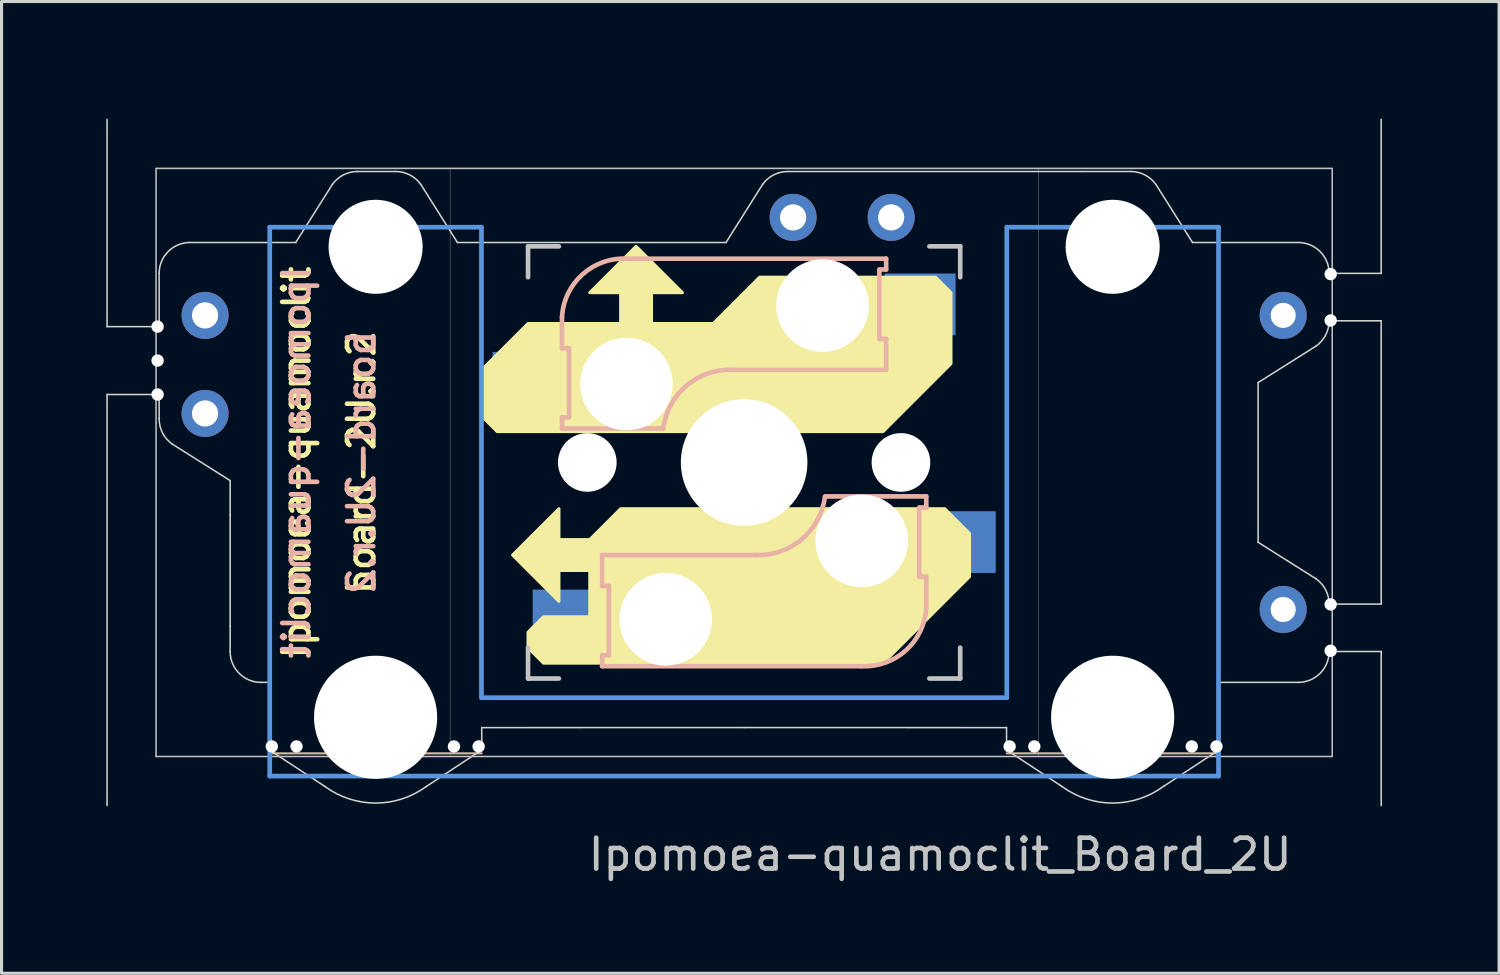
<source format=kicad_pcb>
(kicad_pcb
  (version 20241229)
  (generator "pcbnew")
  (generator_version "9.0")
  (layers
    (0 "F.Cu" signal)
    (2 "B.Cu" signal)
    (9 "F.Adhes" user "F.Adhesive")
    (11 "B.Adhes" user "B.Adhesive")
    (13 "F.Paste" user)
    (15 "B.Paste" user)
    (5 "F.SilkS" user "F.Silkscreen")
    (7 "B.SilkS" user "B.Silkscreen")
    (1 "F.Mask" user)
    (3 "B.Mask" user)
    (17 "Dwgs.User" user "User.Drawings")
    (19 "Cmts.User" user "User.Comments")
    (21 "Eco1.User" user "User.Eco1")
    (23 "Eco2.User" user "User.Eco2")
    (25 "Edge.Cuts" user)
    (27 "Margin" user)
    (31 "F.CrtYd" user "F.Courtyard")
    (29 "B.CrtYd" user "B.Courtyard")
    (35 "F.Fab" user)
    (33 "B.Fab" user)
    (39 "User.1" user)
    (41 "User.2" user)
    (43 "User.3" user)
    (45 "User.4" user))
  (footprint "Ipomoea-quamoclit_Board_2U"
    (layer "F.Cu")
    (at 21.055 11.93)
    (property "Reference" "Ipomoea-quamoclit_Board_2U" (at 6.35 12.7 0) (layer "Dwgs.User") (effects (font (size 1 1) (thickness 0.15))))
    (attr through_hole)
    (fp_line (start -8.5 9.425) (end -15.4 9.425) (stroke (width 0.05) (type solid)) (layer "F.SilkS"))
    (fp_line (start 8.5 9.425) (end 15.4 9.425) (stroke (width 0.05) (type solid)) (layer "F.SilkS"))
    (fp_poly (pts (xy -7.5 3) (xy -6 1.5) (xy -6 2.5) (xy -5 2.5) (xy -4 1.5) (xy 6.5 1.5) (xy 7.3 2.3) (xy 7.3 3.7) (xy 4.5 6.5) (xy -6.5 6.5) (xy -7 6) (xy -7 5.5) (xy -6.5 5) (xy -5 5) (xy -5 3.5) (xy -6 3.5) (xy -6 4.5)) (stroke (width 0.1) (type solid)) (fill yes) (layer "F.SilkS"))
    (fp_poly (pts (xy -3.5 -7) (xy -5 -5.5) (xy -4 -5.5) (xy -4 -4.5) (xy -7 -4.5) (xy -8.5 -3) (xy -8.5 -1.5) (xy -8 -1) (xy 4.5 -1) (xy 6.7 -3.2) (xy 6.7 -5.5) (xy 6.2 -6) (xy 0.5 -6) (xy -1 -4.5) (xy -3 -4.5) (xy -3 -5.5) (xy -2 -5.5)) (stroke (width 0.1) (type solid)) (fill yes) (layer "F.SilkS"))
    (fp_line (start -8.5 9.425) (end -15.4 9.425) (stroke (width 0.05) (type solid)) (layer "B.SilkS"))
    (fp_line (start -5.9 -4.7) (end -5.9 -3.7) (stroke (width 0.15) (type solid)) (layer "B.SilkS"))
    (fp_line (start -5.9 -3.7) (end -5.7 -3.7) (stroke (width 0.15) (type solid)) (layer "B.SilkS"))
    (fp_line (start -5.9 -1.1) (end -5.9 -1.46) (stroke (width 0.15) (type solid)) (layer "B.SilkS"))
    (fp_line (start -5.9 -1.1) (end -2.62 -1.1) (stroke (width 0.15) (type solid)) (layer "B.SilkS"))
    (fp_line (start -5.7 -1.46) (end -5.9 -1.46) (stroke (width 0.15) (type solid)) (layer "B.SilkS"))
    (fp_line (start -5.67 -3.7) (end -5.67 -1.46) (stroke (width 0.15) (type solid)) (layer "B.SilkS"))
    (fp_line (start -4.6 3) (end -4.6 4) (stroke (width 0.15) (type solid)) (layer "B.SilkS"))
    (fp_line (start -4.6 4) (end -4.4 4) (stroke (width 0.15) (type solid)) (layer "B.SilkS"))
    (fp_line (start -4.6 6.25) (end -4.6 6.6) (stroke (width 0.15) (type solid)) (layer "B.SilkS"))
    (fp_line (start -4.6 6.6) (end 3.8 6.6) (stroke (width 0.15) (type solid)) (layer "B.SilkS"))
    (fp_line (start -4.4 6.25) (end -4.6 6.25) (stroke (width 0.15) (type solid)) (layer "B.SilkS"))
    (fp_line (start -4.38 4) (end -4.38 6.25) (stroke (width 0.15) (type solid)) (layer "B.SilkS"))
    (fp_line (start -0.4 -3) (end 4.6 -3) (stroke (width 0.15) (type solid)) (layer "B.SilkS"))
    (fp_line (start 0.4 3) (end -4.6 3) (stroke (width 0.15) (type solid)) (layer "B.SilkS"))
    (fp_line (start 4.38 -4) (end 4.38 -6.25) (stroke (width 0.15) (type solid)) (layer "B.SilkS"))
    (fp_line (start 4.4 -6.25) (end 4.6 -6.25) (stroke (width 0.15) (type solid)) (layer "B.SilkS"))
    (fp_line (start 4.6 -6.6) (end -3.8 -6.6) (stroke (width 0.15) (type solid)) (layer "B.SilkS"))
    (fp_line (start 4.6 -6.25) (end 4.6 -6.6) (stroke (width 0.15) (type solid)) (layer "B.SilkS"))
    (fp_line (start 4.6 -4) (end 4.4 -4) (stroke (width 0.15) (type solid)) (layer "B.SilkS"))
    (fp_line (start 4.6 -3) (end 4.6 -4) (stroke (width 0.15) (type solid)) (layer "B.SilkS"))
    (fp_line (start 5.67 3.7) (end 5.67 1.46) (stroke (width 0.15) (type solid)) (layer "B.SilkS"))
    (fp_line (start 5.7 1.46) (end 5.9 1.46) (stroke (width 0.15) (type solid)) (layer "B.SilkS"))
    (fp_line (start 5.9 1.1) (end 2.62 1.1) (stroke (width 0.15) (type solid)) (layer "B.SilkS"))
    (fp_line (start 5.9 1.1) (end 5.9 1.46) (stroke (width 0.15) (type solid)) (layer "B.SilkS"))
    (fp_line (start 5.9 3.7) (end 5.7 3.7) (stroke (width 0.15) (type solid)) (layer "B.SilkS"))
    (fp_line (start 5.9 4.7) (end 5.9 3.7) (stroke (width 0.15) (type solid)) (layer "B.SilkS"))
    (fp_line (start 8.5 9.425) (end 15.4 9.425) (stroke (width 0.05) (type solid)) (layer "B.SilkS"))
    (fp_arc (start -5.9 -4.699999) (mid -5.243504 -6.084924) (end -3.800001 -6.6) (stroke (width 0.15) (type solid)) (layer "B.SilkS"))
    (fp_arc (start -2.616318 -1.121471) (mid -1.868709 -2.486118) (end -0.4 -3) (stroke (width 0.15) (type solid)) (layer "B.SilkS"))
    (fp_arc (start 2.616318 1.121471) (mid 1.868709 2.486118) (end 0.4 3) (stroke (width 0.15) (type solid)) (layer "B.SilkS"))
    (fp_arc (start 5.9 4.699999) (mid 5.243504 6.084924) (end 3.800001 6.6) (stroke (width 0.15) (type solid)) (layer "B.SilkS"))
    (fp_line (start -19.05 -9.525) (end 19.05 -9.525) (stroke (width 0.05) (type solid)) (layer "Dwgs.User"))
    (fp_line (start -19.05 9.525) (end -19.05 -9.525) (stroke (width 0.05) (type solid)) (layer "Dwgs.User"))
    (fp_line (start -9.525 -9.525) (end 9.525 -9.525) (stroke (width 0.01) (type solid)) (layer "Dwgs.User"))
    (fp_line (start -9.525 9.525) (end -9.525 -9.525) (stroke (width 0.01) (type solid)) (layer "Dwgs.User"))
    (fp_line (start -7 -7) (end -6 -7) (stroke (width 0.15) (type solid)) (layer "Dwgs.User"))
    (fp_line (start -7 -6) (end -7 -7) (stroke (width 0.15) (type solid)) (layer "Dwgs.User"))
    (fp_line (start -7 6) (end -7 7) (stroke (width 0.15) (type solid)) (layer "Dwgs.User"))
    (fp_line (start -7 7) (end -6 7) (stroke (width 0.15) (type solid)) (layer "Dwgs.User"))
    (fp_line (start 6 7) (end 7 7) (stroke (width 0.15) (type solid)) (layer "Dwgs.User"))
    (fp_line (start 7 -7) (end 6 -7) (stroke (width 0.15) (type solid)) (layer "Dwgs.User"))
    (fp_line (start 7 -7) (end 7 -6) (stroke (width 0.15) (type solid)) (layer "Dwgs.User"))
    (fp_line (start 7 7) (end 7 6) (stroke (width 0.15) (type solid)) (layer "Dwgs.User"))
    (fp_line (start 9.525 -9.525) (end 9.525 9.525) (stroke (width 0.01) (type solid)) (layer "Dwgs.User"))
    (fp_line (start 9.525 9.525) (end -9.525 9.525) (stroke (width 0.01) (type solid)) (layer "Dwgs.User"))
    (fp_line (start 19.05 -9.525) (end 19.05 9.525) (stroke (width 0.05) (type solid)) (layer "Dwgs.User"))
    (fp_line (start 19.05 9.525) (end -19.05 9.525) (stroke (width 0.05) (type solid)) (layer "Dwgs.User"))
    (fp_line (start -15.367 -7.62) (end -15.367 10.16) (stroke (width 0.152) (type solid)) (layer "Cmts.User"))
    (fp_line (start -15.367 10.16) (end 15.367 10.16) (stroke (width 0.152) (type solid)) (layer "Cmts.User"))
    (fp_line (start -8.509 -7.62) (end -15.367 -7.62) (stroke (width 0.152) (type solid)) (layer "Cmts.User"))
    (fp_line (start -8.509 7.62) (end -8.509 -7.62) (stroke (width 0.152) (type solid)) (layer "Cmts.User"))
    (fp_line (start 8.509 -7.62) (end 8.509 7.62) (stroke (width 0.152) (type solid)) (layer "Cmts.User"))
    (fp_line (start 8.509 7.62) (end -8.509 7.62) (stroke (width 0.152) (type solid)) (layer "Cmts.User"))
    (fp_line (start 15.367 -7.62) (end 8.509 -7.62) (stroke (width 0.152) (type solid)) (layer "Cmts.User"))
    (fp_line (start 15.367 10.16) (end 15.367 -7.62) (stroke (width 0.152) (type solid)) (layer "Cmts.User"))
    (fp_circle (center -19.05 -9.525) (end -19.05 -7.525) (stroke (width 0.01) (type solid)) (fill no) (layer "Eco1.User"))
    (fp_circle (center -19.05 -6.35) (end -19.05 -4.35) (stroke (width 0.01) (type solid)) (fill no) (layer "Eco1.User"))
    (fp_circle (center -19.05 -3.175) (end -19.05 -1.175) (stroke (width 0.01) (type solid)) (fill no) (layer "Eco1.User"))
    (fp_circle (center -19.05 0) (end -19.05 2) (stroke (width 0.01) (type solid)) (fill no) (layer "Eco1.User"))
    (fp_circle (center -19.05 3.175) (end -19.05 5.175) (stroke (width 0.01) (type solid)) (fill no) (layer "Eco1.User"))
    (fp_circle (center -19.05 6.35) (end -19.05 8.35) (stroke (width 0.01) (type solid)) (fill no) (layer "Eco1.User"))
    (fp_circle (center -19.05 9.525) (end -19.05 11.525) (stroke (width 0.01) (type solid)) (fill no) (layer "Eco1.User"))
    (fp_circle (center -15.875 -9.525) (end -15.875 -7.525) (stroke (width 0.01) (type solid)) (fill no) (layer "Eco1.User"))
    (fp_circle (center -15.875 -9.525) (end -13.475 -9.525) (stroke (width 0.01) (type solid)) (fill no) (layer "Eco1.User"))
    (fp_circle (center -15.875 9.525) (end -15.875 11.525) (stroke (width 0.01) (type solid)) (fill no) (layer "Eco1.User"))
    (fp_circle (center -12.7 -9.525) (end -12.7 -7.525) (stroke (width 0.01) (type solid)) (fill no) (layer "Eco1.User"))
    (fp_circle (center -12.7 9.525) (end -12.7 7.525) (stroke (width 0.01) (type solid)) (fill no) (layer "Eco1.User"))
    (fp_circle (center -9.525 -9.525) (end -8.025 -9.525) (stroke (width 0.01) (type solid)) (fill no) (layer "Eco1.User"))
    (fp_circle (center -9.525 -9.525) (end -7.525 -9.525) (stroke (width 0.01) (type solid)) (fill no) (layer "Eco1.User"))
    (fp_circle (center -9.525 -9.525) (end -7.125 -9.525) (stroke (width 0.01) (type solid)) (fill no) (layer "Eco1.User"))
    (fp_circle (center -9.525 9.525) (end -11.025 9.525) (stroke (width 0.01) (type solid)) (fill no) (layer "Eco1.User"))
    (fp_circle (center -9.525 9.525) (end -8.025 9.525) (stroke (width 0.01) (type solid)) (fill no) (layer "Eco1.User"))
    (fp_circle (center -9.525 9.525) (end -7.525 9.525) (stroke (width 0.01) (type solid)) (fill no) (layer "Eco1.User"))
    (fp_circle (center -9.525 9.525) (end -7.125 9.525) (stroke (width 0.01) (type solid)) (fill no) (layer "Eco1.User"))
    (fp_circle (center -6.35 -9.525) (end -6.35 -11.525) (stroke (width 0.01) (type solid)) (fill no) (layer "Eco1.User"))
    (fp_circle (center -6.35 9.525) (end -6.35 7.525) (stroke (width 0.01) (type solid)) (fill no) (layer "Eco1.User"))
    (fp_circle (center -3.175 -9.525) (end -3.175 -11.525) (stroke (width 0.01) (type solid)) (fill no) (layer "Eco1.User"))
    (fp_circle (center -3.175 9.525) (end -3.175 7.525) (stroke (width 0.01) (type solid)) (fill no) (layer "Eco1.User"))
    (fp_circle (center 0 -9.525) (end 1.5 -9.525) (stroke (width 0.01) (type solid)) (fill no) (layer "Eco1.User"))
    (fp_circle (center 0 -9.525) (end 2 -9.525) (stroke (width 0.01) (type solid)) (fill no) (layer "Eco1.User"))
    (fp_circle (center 0 -9.525) (end 2.4 -9.525) (stroke (width 0.01) (type solid)) (fill no) (layer "Eco1.User"))
    (fp_circle (center 0 9.525) (end 1.5 9.525) (stroke (width 0.01) (type solid)) (fill no) (layer "Eco1.User"))
    (fp_circle (center 0 9.525) (end 2 9.525) (stroke (width 0.01) (type solid)) (fill no) (layer "Eco1.User"))
    (fp_circle (center 0 9.525) (end 2.4 9.525) (stroke (width 0.01) (type solid)) (fill no) (layer "Eco1.User"))
    (fp_circle (center 3.175 -9.525) (end 3.175 -11.525) (stroke (width 0.01) (type solid)) (fill no) (layer "Eco1.User"))
    (fp_circle (center 3.175 9.525) (end 3.175 7.525) (stroke (width 0.01) (type solid)) (fill no) (layer "Eco1.User"))
    (fp_circle (center 6.35 -9.525) (end 6.35 -11.525) (stroke (width 0.01) (type solid)) (fill no) (layer "Eco1.User"))
    (fp_circle (center 6.35 9.525) (end 6.35 7.525) (stroke (width 0.01) (type solid)) (fill no) (layer "Eco1.User"))
    (fp_circle (center 9.525 -9.525) (end 11.025 -9.525) (stroke (width 0.01) (type solid)) (fill no) (layer "Eco1.User"))
    (fp_circle (center 9.525 -9.525) (end 11.525 -9.525) (stroke (width 0.01) (type solid)) (fill no) (layer "Eco1.User"))
    (fp_circle (center 9.525 -9.525) (end 11.925 -9.525) (stroke (width 0.01) (type solid)) (fill no) (layer "Eco1.User"))
    (fp_circle (center 9.525 9.525) (end 11.025 9.525) (stroke (width 0.01) (type solid)) (fill no) (layer "Eco1.User"))
    (fp_circle (center 9.525 9.525) (end 11.525 9.525) (stroke (width 0.01) (type solid)) (fill no) (layer "Eco1.User"))
    (fp_circle (center 9.525 9.525) (end 11.925 9.525) (stroke (width 0.01) (type solid)) (fill no) (layer "Eco1.User"))
    (fp_circle (center 12.7 -9.525) (end 14.7 -9.525) (stroke (width 0.01) (type solid)) (fill no) (layer "Eco1.User"))
    (fp_circle (center 12.7 9.525) (end 14.7 9.525) (stroke (width 0.01) (type solid)) (fill no) (layer "Eco1.User"))
    (fp_circle (center 15.875 -9.525) (end 15.875 -7.525) (stroke (width 0.01) (type solid)) (fill no) (layer "Eco1.User"))
    (fp_circle (center 15.875 -9.525) (end 18.275 -9.525) (stroke (width 0.01) (type solid)) (fill no) (layer "Eco1.User"))
    (fp_circle (center 15.875 9.525) (end 15.875 11.525) (stroke (width 0.01) (type solid)) (fill no) (layer "Eco1.User"))
    (fp_circle (center 19.05 -9.525) (end 19.05 -7.525) (stroke (width 0.01) (type solid)) (fill no) (layer "Eco1.User"))
    (fp_circle (center 19.05 -6.35) (end 19.05 -4.35) (stroke (width 0.01) (type solid)) (fill no) (layer "Eco1.User"))
    (fp_circle (center 19.05 -3.175) (end 19.05 -1.175) (stroke (width 0.01) (type solid)) (fill no) (layer "Eco1.User"))
    (fp_circle (center 19.05 0) (end 19.05 2) (stroke (width 0.01) (type solid)) (fill no) (layer "Eco1.User"))
    (fp_circle (center 19.05 3.175) (end 19.05 5.175) (stroke (width 0.01) (type solid)) (fill no) (layer "Eco1.User"))
    (fp_circle (center 19.05 6.35) (end 19.05 8.35) (stroke (width 0.01) (type solid)) (fill no) (layer "Eco1.User"))
    (fp_circle (center 19.05 9.525) (end 19.05 11.525) (stroke (width 0.01) (type solid)) (fill no) (layer "Eco1.User"))
    (fp_circle (center 19.05 9.525) (end 21.45 9.525) (stroke (width 0.01) (type solid)) (fill no) (layer "Eco1.User"))
    (fp_line (start -20.637 -4.4) (end -20.637 -11.113) (stroke (width 0.05) (type solid)) (layer "Edge.Cuts"))
    (fp_line (start -20.637 11.113) (end -20.637 -2.2) (stroke (width 0.05) (type solid)) (layer "Edge.Cuts"))
    (fp_line (start -18.95 -6.125) (end -18.95 -4.4) (stroke (width 0.05) (type solid)) (layer "Edge.Cuts"))
    (fp_line (start -18.95 -4.4) (end -20.637 -4.4) (stroke (width 0.05) (type solid)) (layer "Edge.Cuts"))
    (fp_line (start -18.95 -2.2) (end -20.637 -2.2) (stroke (width 0.05) (type solid)) (layer "Edge.Cuts"))
    (fp_line (start -18.95 -2.2) (end -18.95 -1.413) (stroke (width 0.05) (type solid)) (layer "Edge.Cuts"))
    (fp_line (start -18.534 -0.6) (end -16.65 0.588) (stroke (width 0.05) (type solid)) (layer "Edge.Cuts"))
    (fp_line (start -16.65 0.588) (end -16.65 1.7) (stroke (width 0.05) (type solid)) (layer "Edge.Cuts"))
    (fp_line (start -16.65 5.3) (end -16.65 1.7) (stroke (width 0.05) (type solid)) (layer "Edge.Cuts"))
    (fp_line (start -16.65 5.3) (end -16.65 6.125) (stroke (width 0.05) (type solid)) (layer "Edge.Cuts"))
    (fp_line (start -15.4 7.125) (end -15.65 7.125) (stroke (width 0.05) (type solid)) (layer "Edge.Cuts"))
    (fp_line (start -15.4 7.125) (end -15.4 9.3) (stroke (width 0.05) (type solid)) (layer "Edge.Cuts"))
    (fp_line (start -15.4 9.3) (end -13.592 10.489) (stroke (width 0.05) (type solid)) (layer "Edge.Cuts"))
    (fp_line (start -14.525 -7.125) (end -17.95 -7.125) (stroke (width 0.05) (type solid)) (layer "Edge.Cuts"))
    (fp_line (start -13.337 -9.009) (end -14.525 -7.125) (stroke (width 0.05) (type solid)) (layer "Edge.Cuts"))
    (fp_line (start -12.525 -9.425) (end -11.287 -9.425) (stroke (width 0.05) (type solid)) (layer "Edge.Cuts"))
    (fp_line (start -10.475 -9.009) (end -9.287 -7.125) (stroke (width 0.05) (type solid)) (layer "Edge.Cuts"))
    (fp_line (start -9.287 -7.125) (end -0.588 -7.125) (stroke (width 0.05) (type solid)) (layer "Edge.Cuts"))
    (fp_line (start -8.5 8.59) (end -8.5 9.311) (stroke (width 0.05) (type solid)) (layer "Edge.Cuts"))
    (fp_line (start -8.5 8.59) (end 0 8.588) (stroke (width 0.05) (type solid)) (layer "Edge.Cuts"))
    (fp_line (start -8.5 9.311) (end -10.3 10.5) (stroke (width 0.05) (type solid)) (layer "Edge.Cuts"))
    (fp_line (start 0.6 -9.009) (end -0.588 -7.125) (stroke (width 0.05) (type solid)) (layer "Edge.Cuts"))
    (fp_line (start 1.413 -9.425) (end 10.938 -9.425) (stroke (width 0.05) (type solid)) (layer "Edge.Cuts"))
    (fp_line (start 8.5 8.59) (end 0 8.588) (stroke (width 0.05) (type solid)) (layer "Edge.Cuts"))
    (fp_line (start 8.5 8.59) (end 8.5 9.311) (stroke (width 0.05) (type solid)) (layer "Edge.Cuts"))
    (fp_line (start 8.5 9.311) (end 10.3 10.5) (stroke (width 0.05) (type solid)) (layer "Edge.Cuts"))
    (fp_line (start 12.525 -9.425) (end 10.938 -9.425) (stroke (width 0.05) (type solid)) (layer "Edge.Cuts"))
    (fp_line (start 13.337 -9.009) (end 14.525 -7.125) (stroke (width 0.05) (type solid)) (layer "Edge.Cuts"))
    (fp_line (start 14.525 -7.125) (end 17.95 -7.125) (stroke (width 0.05) (type solid)) (layer "Edge.Cuts"))
    (fp_line (start 15.4 7.125) (end 15.4 9.3) (stroke (width 0.05) (type solid)) (layer "Edge.Cuts"))
    (fp_line (start 15.4 7.125) (end 17.95 7.125) (stroke (width 0.05) (type solid)) (layer "Edge.Cuts"))
    (fp_line (start 15.4 9.3) (end 13.592 10.489) (stroke (width 0.05) (type solid)) (layer "Edge.Cuts"))
    (fp_line (start 16.65 2.587) (end 16.65 -2.587) (stroke (width 0.05) (type solid)) (layer "Edge.Cuts"))
    (fp_line (start 18.534 -3.775) (end 16.65 -2.587) (stroke (width 0.05) (type solid)) (layer "Edge.Cuts"))
    (fp_line (start 18.534 3.775) (end 16.65 2.587) (stroke (width 0.05) (type solid)) (layer "Edge.Cuts"))
    (fp_line (start 18.95 -6.125) (end 20.637 -6.125) (stroke (width 0.05) (type solid)) (layer "Edge.Cuts"))
    (fp_line (start 18.95 -4.588) (end 20.637 -4.588) (stroke (width 0.05) (type solid)) (layer "Edge.Cuts"))
    (fp_line (start 18.95 4.588) (end 20.637 4.588) (stroke (width 0.05) (type solid)) (layer "Edge.Cuts"))
    (fp_line (start 18.95 6.125) (end 20.637 6.125) (stroke (width 0.05) (type solid)) (layer "Edge.Cuts"))
    (fp_line (start 20.637 -6.125) (end 20.637 -11.113) (stroke (width 0.05) (type solid)) (layer "Edge.Cuts"))
    (fp_line (start 20.637 4.588) (end 20.637 -4.588) (stroke (width 0.05) (type solid)) (layer "Edge.Cuts"))
    (fp_line (start 20.637 6.125) (end 20.637 11.113) (stroke (width 0.05) (type solid)) (layer "Edge.Cuts"))
    (fp_arc (start -18.95 -6.125) (mid -18.657107 -6.832107) (end -17.95 -7.125) (stroke (width 0.05) (type solid)) (layer "Edge.Cuts"))
    (fp_arc (start -18.533636 -0.600485) (mid -18.839841 -0.956231) (end -18.95 -1.4125) (stroke (width 0.05) (type solid)) (layer "Edge.Cuts"))
    (fp_arc (start -15.65 7.125) (mid -16.357107 6.832107) (end -16.65 6.125) (stroke (width 0.05) (type solid)) (layer "Edge.Cuts"))
    (fp_arc (start -13.337015 -9.008636) (mid -12.981269 -9.314841) (end -12.525 -9.425) (stroke (width 0.05) (type solid)) (layer "Edge.Cuts"))
    (fp_arc (start -11.2875 -9.425) (mid -10.83123 -9.314842) (end -10.475485 -9.008636) (stroke (width 0.05) (type solid)) (layer "Edge.Cuts"))
    (fp_arc (start -10.3 10.5) (mid -11.947645 11.034024) (end -13.591544 10.488576) (stroke (width 0.05) (type solid)) (layer "Edge.Cuts"))
    (fp_arc (start 0.600485 -9.008636) (mid 0.956231 -9.314841) (end 1.4125 -9.425) (stroke (width 0.05) (type solid)) (layer "Edge.Cuts"))
    (fp_arc (start 12.525 -9.425) (mid 12.98127 -9.314842) (end 13.337015 -9.008636) (stroke (width 0.05) (type solid)) (layer "Edge.Cuts"))
    (fp_arc (start 13.591544 10.488576) (mid 11.947645 11.034024) (end 10.3 10.5) (stroke (width 0.05) (type solid)) (layer "Edge.Cuts"))
    (fp_arc (start 17.95 -7.125) (mid 18.657107 -6.832107) (end 18.95 -6.125) (stroke (width 0.05) (type solid)) (layer "Edge.Cuts"))
    (fp_arc (start 18.533636 3.775485) (mid 18.839841 4.131231) (end 18.95 4.5875) (stroke (width 0.05) (type solid)) (layer "Edge.Cuts"))
    (fp_arc (start 18.95 -4.5875) (mid 18.839842 -4.13123) (end 18.533636 -3.775485) (stroke (width 0.05) (type solid)) (layer "Edge.Cuts"))
    (fp_arc (start 18.95 6.125) (mid 18.657107 6.832107) (end 17.95 7.125) (stroke (width 0.05) (type solid)) (layer "Edge.Cuts"))
    (fp_text user "Ipomoea-quamoclit" (at -14.5 0 90) (layer "F.SilkS") (effects (font (size 0.85 0.85) (thickness 0.15))))
    (fp_text user "board-2U.r.2" (at -12.4 0 90) (layer "F.SilkS") (effects (font (size 0.85 0.85) (thickness 0.15))))
    (fp_text user "board-2U.r.2" (at -12.4 0 90) (layer "B.SilkS") (effects (font (size 0.85 0.85) (thickness 0.15)) (justify mirror)))
    (fp_text user "Ipomoea-quamoclit" (at -14.5 0 90) (layer "B.SilkS") (effects (font (size 0.85 0.85) (thickness 0.15)) (justify mirror)))
    (pad "" np_thru_hole circle (at -19 -4.4) (size 0.4 0.4) (drill 0.4) (layers "*.Cu" "*.Mask"))
    (pad "" np_thru_hole circle (at -19 -3.3) (size 0.4 0.4) (drill 0.4) (layers "*.Cu" "*.Mask"))
    (pad "" np_thru_hole circle (at -19 -2.2) (size 0.4 0.4) (drill 0.4) (layers "*.Cu" "*.Mask"))
    (pad "" np_thru_hole circle (at -15.3 9.2) (size 0.4 0.4) (drill 0.4) (layers "*.Cu" "*.Mask"))
    (pad "" np_thru_hole circle (at -14.5 9.2) (size 0.4 0.4) (drill 0.4) (layers "*.Cu" "*.Mask"))
    (pad "" np_thru_hole circle (at -11.938 -6.985) (size 3.048 3.048) (drill 3.048) (layers "*.Cu" "*.Mask"))
    (pad "" np_thru_hole circle (at -11.938 8.255) (size 3.988 3.988) (drill 3.988) (layers "*.Cu" "*.Mask"))
    (pad "" np_thru_hole circle (at -9.4 9.2 180) (size 0.4 0.4) (drill 0.4) (layers "*.Cu" "*.Mask"))
    (pad "" np_thru_hole circle (at -8.6 9.2 180) (size 0.4 0.4) (drill 0.4) (layers "*.Cu" "*.Mask"))
    (pad "" np_thru_hole circle (at -5.08 0) (size 1.9 1.9) (drill 1.9) (layers "*.Cu" "*.Mask"))
    (pad "" np_thru_hole circle (at -3.81 -2.54 180) (size 3 3) (drill 3) (layers "*.Cu" "*.Mask"))
    (pad "" np_thru_hole circle (at -2.54 5.08) (size 3 3) (drill 3) (layers "*.Cu" "*.Mask"))
    (pad "" np_thru_hole circle (at 0 0 90) (size 4.1 4.1) (drill 4.1) (layers "*.Cu" "*.Mask"))
    (pad "" np_thru_hole circle (at 2.54 -5.08 180) (size 3 3) (drill 3) (layers "*.Cu" "*.Mask"))
    (pad "" np_thru_hole circle (at 3.81 2.54) (size 3 3) (drill 3) (layers "*.Cu" "*.Mask"))
    (pad "" np_thru_hole circle (at 5.08 0) (size 1.9 1.9) (drill 1.9) (layers "*.Cu" "*.Mask"))
    (pad "" np_thru_hole circle (at 8.6 9.2 180) (size 0.4 0.4) (drill 0.4) (layers "*.Cu" "*.Mask"))
    (pad "" np_thru_hole circle (at 9.4 9.2 180) (size 0.4 0.4) (drill 0.4) (layers "*.Cu" "*.Mask"))
    (pad "" np_thru_hole circle (at 11.938 -6.985) (size 3.048 3.048) (drill 3.048) (layers "*.Cu" "*.Mask"))
    (pad "" np_thru_hole circle (at 11.938 8.255) (size 3.988 3.988) (drill 3.988) (layers "*.Cu" "*.Mask"))
    (pad "" np_thru_hole circle (at 14.5 9.2) (size 0.4 0.4) (drill 0.4) (layers "*.Cu" "*.Mask"))
    (pad "" np_thru_hole circle (at 15.3 9.2) (size 0.4 0.4) (drill 0.4) (layers "*.Cu" "*.Mask"))
    (pad "" thru_hole circle (at 17.462 -4.763) (size 1.524 1.524) (drill 0.813) (layers "*.Cu" "*.Mask"))
    (pad "" thru_hole circle (at 17.462 4.763) (size 1.524 1.524) (drill 0.813) (layers "*.Cu" "*.Mask"))
    (pad "" np_thru_hole circle (at 19 -6.1 180) (size 0.4 0.4) (drill 0.4) (layers "*.Cu" "*.Mask"))
    (pad "" np_thru_hole circle (at 19 -4.6 180) (size 0.4 0.4) (drill 0.4) (layers "*.Cu" "*.Mask"))
    (pad "" np_thru_hole circle (at 19 4.6) (size 0.4 0.4) (drill 0.4) (layers "*.Cu" "*.Mask"))
    (pad "" np_thru_hole circle (at 19 6.1) (size 0.4 0.4) (drill 0.4) (layers "*.Cu" "*.Mask"))
    (pad "1" smd rect (at -7 -2.58 180) (size 2.3 2) (layers "B.Cu" "B.Mask" "B.Paste"))
    (pad "1" thru_hole circle (at 1.587 -7.938 180) (size 1.524 1.524) (drill 0.85) (layers "*.Cu" "*.Mask"))
    (pad "2" thru_hole circle (at 4.763 -7.938 180) (size 1.524 1.524) (drill 0.85) (layers "*.Cu" "*.Mask"))
    (pad "2" smd rect (at 5.7 -5.12 180) (size 2.3 2) (layers "B.Cu" "B.Mask" "B.Paste"))
    (pad "3" thru_hole circle (at -17.462 -4.763) (size 1.524 1.524) (drill 0.85) (layers "*.Cu" "*.Mask"))
    (pad "3" smd rect (at 7 2.58) (size 2.3 2) (layers "B.Cu" "B.Mask" "B.Paste"))
    (pad "4" thru_hole circle (at -17.462 -1.587) (size 1.524 1.524) (drill 0.85) (layers "*.Cu" "*.Mask"))
    (pad "4" smd rect (at -5.7 5.12) (size 2.3 2) (layers "B.Cu" "B.Mask" "B.Paste")))
  (gr_rect
    (start -3 -3)
    (end 45.51 28.478)
    (stroke (width 0.1) (type default))
    (fill no)
    (layer "Edge.Cuts")))
</source>
